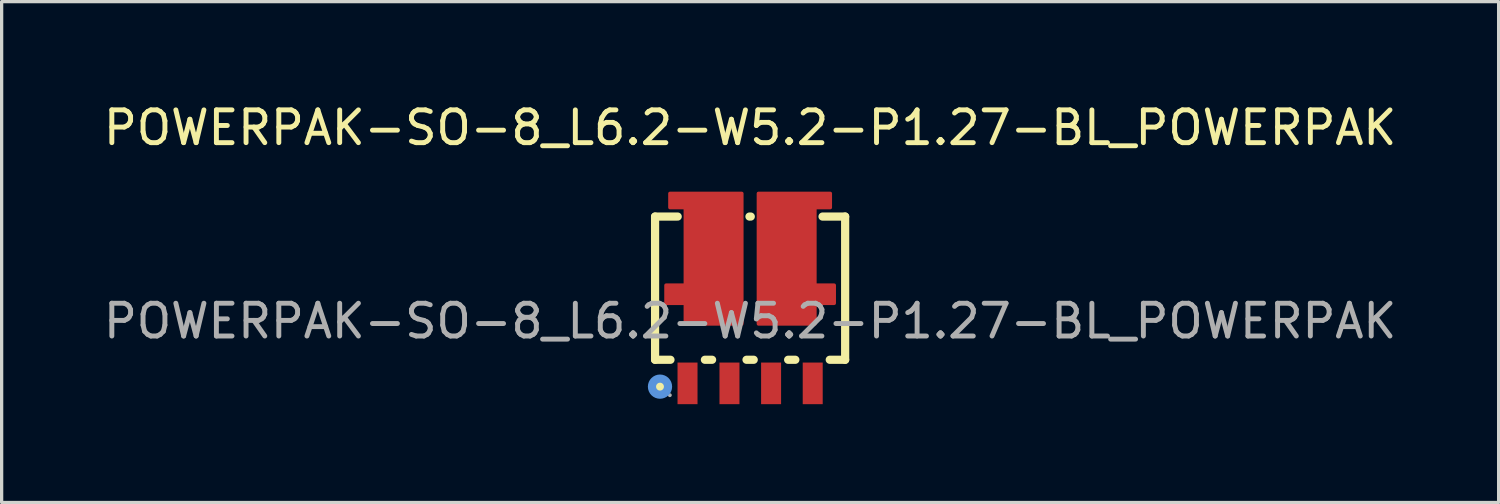
<source format=kicad_pcb>
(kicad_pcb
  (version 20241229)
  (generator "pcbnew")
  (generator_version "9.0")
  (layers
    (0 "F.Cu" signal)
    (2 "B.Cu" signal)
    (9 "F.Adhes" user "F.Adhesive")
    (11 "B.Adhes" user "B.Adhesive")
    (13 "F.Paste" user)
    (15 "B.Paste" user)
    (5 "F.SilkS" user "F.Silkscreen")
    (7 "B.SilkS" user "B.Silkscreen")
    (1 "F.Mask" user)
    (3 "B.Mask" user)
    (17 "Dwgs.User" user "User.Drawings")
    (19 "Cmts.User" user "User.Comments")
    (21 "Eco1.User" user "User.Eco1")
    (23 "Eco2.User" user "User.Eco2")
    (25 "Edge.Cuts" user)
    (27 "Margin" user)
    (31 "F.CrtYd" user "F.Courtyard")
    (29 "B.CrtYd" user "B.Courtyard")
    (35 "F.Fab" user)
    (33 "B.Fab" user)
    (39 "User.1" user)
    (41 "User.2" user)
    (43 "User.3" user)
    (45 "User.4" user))
  (footprint "POWERPAK-SO-8_L6.2-W5.2-P1.27-BL_POWERPAK"
    (layer "F.Cu")
    (at 19.839 6.748)
    (property "Reference" "POWERPAK-SO-8_L6.2-W5.2-P1.27-BL_POWERPAK" (at 0 -5.9 0) (layer "F.SilkS") (effects (font (size 1 1) (thickness 0.15))))
    (attr smd)
    (fp_line (start -2.9 -3.19) (end -2.9 1.18) (stroke (width 0.25) (type solid)) (layer "F.SilkS"))
    (fp_line (start -2.9 -3.19) (end -2.21 -3.19) (stroke (width 0.25) (type solid)) (layer "F.SilkS"))
    (fp_line (start -2.9 1.18) (end -2.43 1.18) (stroke (width 0.25) (type solid)) (layer "F.SilkS"))
    (fp_line (start -1.38 1.18) (end -1.16 1.18) (stroke (width 0.25) (type solid)) (layer "F.SilkS"))
    (fp_line (start -0.11 1.18) (end 0.11 1.18) (stroke (width 0.25) (type solid)) (layer "F.SilkS"))
    (fp_line (start -0.02 -3.19) (end 0.02 -3.19) (stroke (width 0.25) (type solid)) (layer "F.SilkS"))
    (fp_line (start 1.16 1.18) (end 1.38 1.18) (stroke (width 0.25) (type solid)) (layer "F.SilkS"))
    (fp_line (start 2.21 -3.19) (end 2.9 -3.19) (stroke (width 0.25) (type solid)) (layer "F.SilkS"))
    (fp_line (start 2.43 1.18) (end 2.9 1.18) (stroke (width 0.25) (type solid)) (layer "F.SilkS"))
    (fp_line (start 2.9 -3.19) (end 2.9 1.18) (stroke (width 0.25) (type solid)) (layer "F.SilkS"))
    (fp_circle (center -2.75 2) (end -2.6 2) (stroke (width 0.3) (type solid)) (fill no) (layer "F.SilkS"))
    (fp_circle (center -2.75 2) (end -2.63 2) (stroke (width 0.25) (type solid)) (fill no) (layer "Cmts.User"))
    (fp_circle (center -2.45 2.26) (end -2.42 2.26) (stroke (width 0.06) (type solid)) (fill no) (layer "F.Fab"))
    (fp_text user "${REFERENCE}" (at 0 0 0) (layer "F.Fab") (effects (font (size 1 1) (thickness 0.15))))
    (pad "1" smd rect (at -1.91 1.9) (size 0.61 1.27) (layers "F.Cu" "F.Mask" "F.Paste"))
    (pad "2" smd rect (at -0.63 1.9) (size 0.61 1.27) (layers "F.Cu" "F.Mask" "F.Paste"))
    (pad "3" smd rect (at 0.64 1.9) (size 0.61 1.27) (layers "F.Cu" "F.Mask" "F.Paste"))
    (pad "4" smd rect (at 1.91 1.9) (size 0.61 1.27) (layers "F.Cu" "F.Mask" "F.Paste"))
    (pad "5" smd custom (at 1.41 -1.9) (size 0.01 0.01) (layers "F.Cu" "F.Mask" "F.Paste") (options (anchor circle)) (primitives (gr_poly (pts (xy -1.16 -2) (xy -1.16 1.99) (xy 0.57 1.99) (xy 0.57 1.36) (xy 1.16 1.36) (xy 1.16 0.8) (xy 0.57 0.8) (xy 0.57 -1.56) (xy 1.04 -1.56) (xy 1.04 -2)) (width 0.1) (fill yes))))
    (pad "6" smd custom (at -1.41 -1.9) (size 0.01 0.01) (layers "F.Cu" "F.Mask" "F.Paste") (options (anchor circle)) (primitives (gr_poly (pts (xy 1.16 -2) (xy 1.16 1.99) (xy -0.57 1.99) (xy -0.57 1.36) (xy -1.16 1.36) (xy -1.16 0.8) (xy -0.57 0.8) (xy -0.57 -1.56) (xy -1.04 -1.56) (xy -1.04 -2)) (width 0.1) (fill yes)))))
  (gr_rect
    (start -3 -3)
    (end 42.679 12.283)
    (stroke (width 0.1) (type default))
    (fill no)
    (layer "Edge.Cuts")))
</source>
